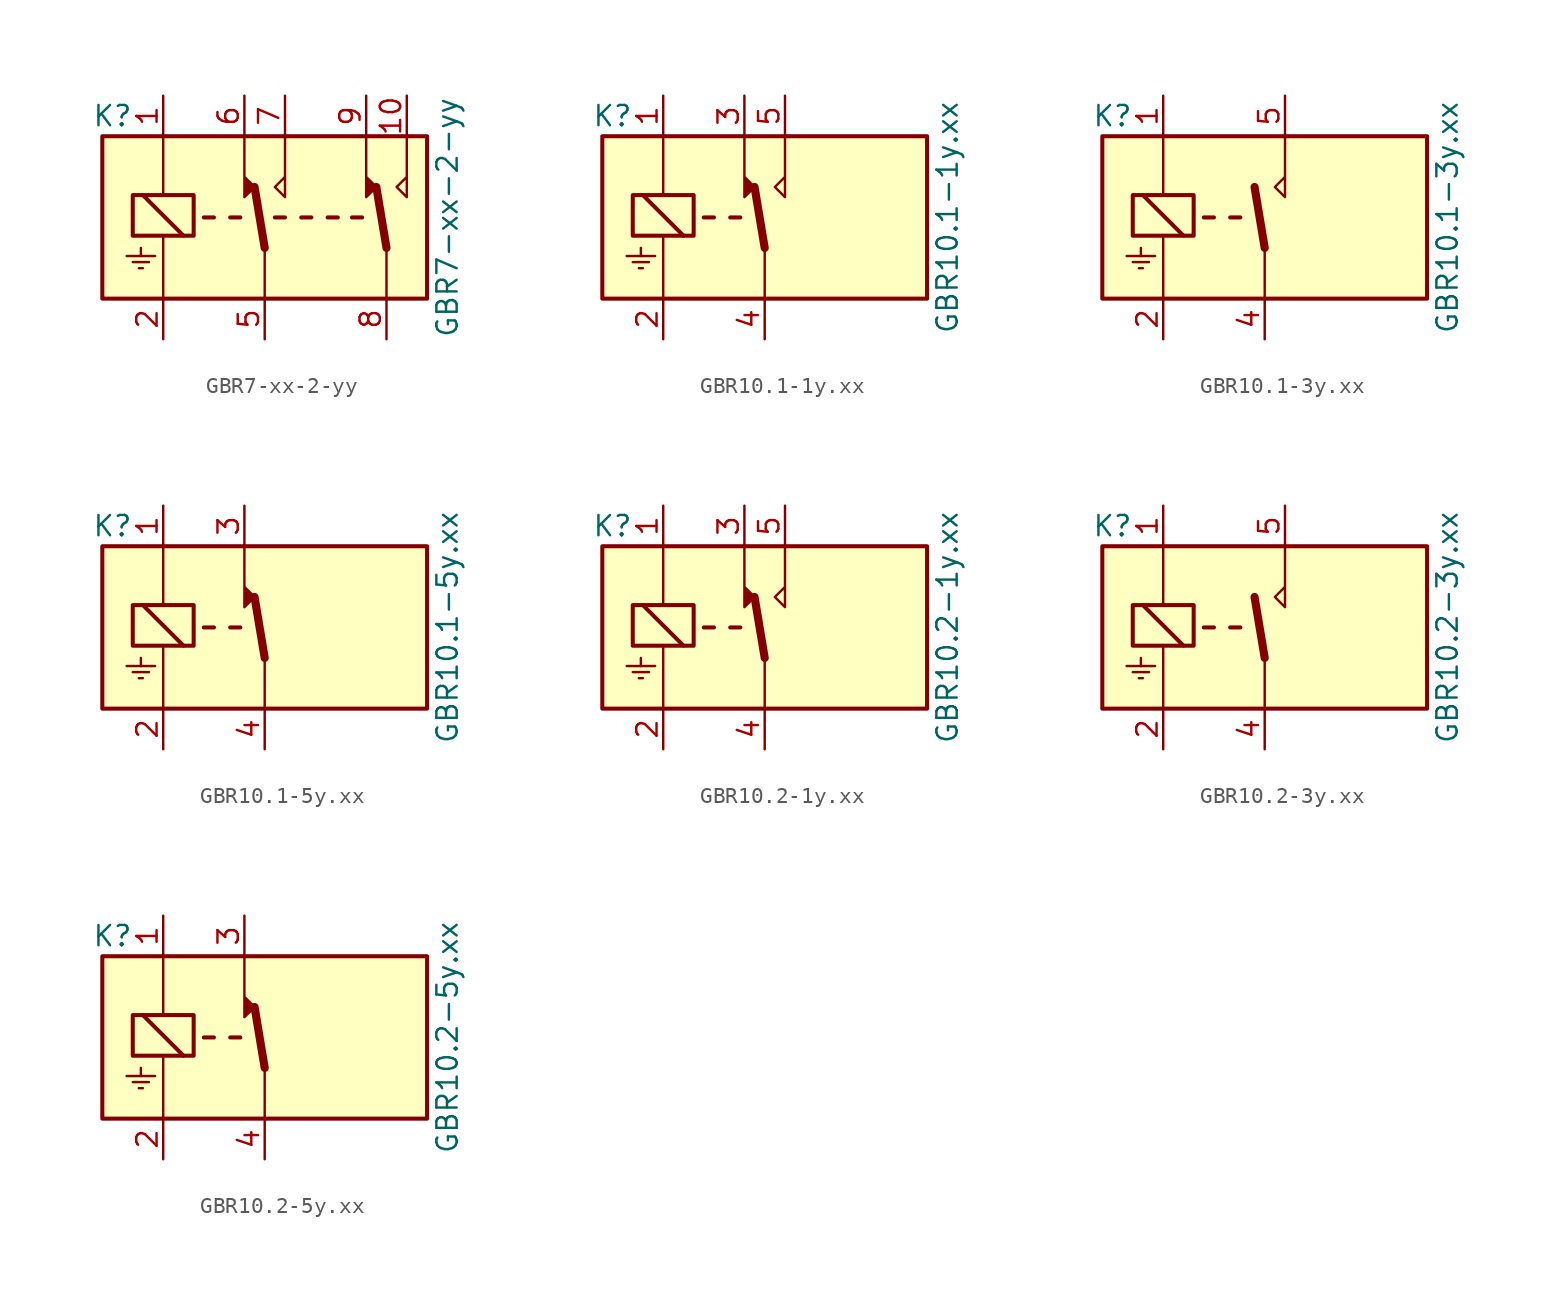
<source format=kicad_sym>
(kicad_symbol_lib
  (version 20211014)
  (generator kicad_symbol_editor)
  (symbol "GBR7-xx-2-yy"
    (property "Reference" "K"
      (at -9.525 6.35 0)
      (effects (font (size 1.27 1.27))))
    (property "Value" "GBR7-xx-2-yy"
      (at 11.43 0 90)
      (effects (font (size 1.27 1.27))))
    (symbol "GBR7-xx-2-yy_0_1"
      (polyline (pts (xy -8.255 -2.794) (xy -7.239 -2.794)) (stroke (width 0) (type default) (color 0 0 0 0)) (fill (type none)))
      (polyline (pts (xy -7.874 -3.175) (xy -7.62 -3.175)) (stroke (width 0) (type default) (color 0 0 0 0)) (fill (type none)))
      (polyline (pts (xy -7.747 -2.413) (xy -7.747 -1.905)) (stroke (width 0) (type default) (color 0 0 0 0)) (fill (type none)))
      (polyline (pts (xy -6.858 -2.413) (xy -8.636 -2.413)) (stroke (width 0) (type default) (color 0 0 0 0)) (fill (type none))))
    (symbol "GBR7-xx-2-yy_1_1"
      (rectangle (start -10.16 5.08) (end 10.16 -5.08) (stroke (width 0.254) (type default) (color 0 0 0 0)) (fill (type background)))
      (rectangle (start -8.255 -1.143) (end -4.445 1.397) (stroke (width 0.254) (type default) (color 0 0 0 0)) (fill (type none)))
      (polyline (pts (xy -6.35 -1.27) (xy -6.35 -4.953)) (stroke (width 0) (type default) (color 0 0 0 0)) (fill (type none)))
      (polyline (pts (xy -6.35 5.08) (xy -6.35 1.397)) (stroke (width 0) (type default) (color 0 0 0 0)) (fill (type none)))
      (polyline (pts (xy -5.08 -1.143) (xy -7.62 1.397)) (stroke (width 0.254) (type default) (color 0 0 0 0)) (fill (type none)))
      (polyline (pts (xy -3.175 0) (xy -3.81 0)) (stroke (width 0.254) (type default) (color 0 0 0 0)) (fill (type none)))
      (polyline (pts (xy -1.524 0) (xy -2.159 0)) (stroke (width 0.254) (type default) (color 0 0 0 0)) (fill (type none)))
      (polyline (pts (xy 0 -1.905) (xy -0.635 1.905)) (stroke (width 0.508) (type default) (color 0 0 0 0)) (fill (type none)))
      (polyline (pts (xy 0 -1.905) (xy 0 -5.08)) (stroke (width 0) (type default) (color 0 0 0 0)) (fill (type none)))
      (polyline (pts (xy 1.27 0) (xy 0.635 0)) (stroke (width 0.254) (type default) (color 0 0 0 0)) (fill (type none)))
      (polyline (pts (xy 2.921 0) (xy 2.286 0)) (stroke (width 0.254) (type default) (color 0 0 0 0)) (fill (type none)))
      (polyline (pts (xy 4.572 0) (xy 3.937 0)) (stroke (width 0.254) (type default) (color 0 0 0 0)) (fill (type none)))
      (polyline (pts (xy 6.096 0) (xy 5.461 0)) (stroke (width 0.254) (type default) (color 0 0 0 0)) (fill (type none)))
      (polyline (pts (xy 7.62 -1.905) (xy 6.985 1.905)) (stroke (width 0.508) (type default) (color 0 0 0 0)) (fill (type none)))
      (polyline (pts (xy 7.62 -1.905) (xy 7.62 -5.08)) (stroke (width 0) (type default) (color 0 0 0 0)) (fill (type none)))
      (polyline (pts (xy -1.27 5.08) (xy -1.27 1.27) (xy -0.635 1.905) (xy -1.27 2.54)) (stroke (width 0) (type default) (color 0 0 0 0)) (fill (type outline)))
      (polyline (pts (xy 1.27 5.08) (xy 1.27 1.27) (xy 0.635 1.905) (xy 1.27 2.54)) (stroke (width 0) (type default) (color 0 0 0 0)) (fill (type none)))
      (polyline (pts (xy 6.35 5.08) (xy 6.35 1.27) (xy 6.985 1.905) (xy 6.35 2.54)) (stroke (width 0) (type default) (color 0 0 0 0)) (fill (type outline)))
      (polyline (pts (xy 8.89 5.08) (xy 8.89 1.27) (xy 8.255 1.905) (xy 8.89 2.54)) (stroke (width 0) (type default) (color 0 0 0 0)) (fill (type none)))
      (pin passive line (at -6.35 7.62 270) (length 2.54) (name "~" (effects (font (size 1.27 1.27)))) (number "1" (effects (font (size 1.27 1.27)))))
      (pin passive line (at 8.89 7.62 270) (length 2.54) (name "~" (effects (font (size 1.27 1.27)))) (number "10" (effects (font (size 1.27 1.27)))))
      (pin passive line (at -6.35 -7.62 90) (length 2.54) (name "~" (effects (font (size 1.27 1.27)))) (number "2" (effects (font (size 1.27 1.27)))))
      (pin passive line (at 0 -7.62 90) (length 2.54) (name "~" (effects (font (size 1.27 1.27)))) (number "5" (effects (font (size 1.27 1.27)))))
      (pin passive line (at -1.27 7.62 270) (length 2.54) (name "~" (effects (font (size 1.27 1.27)))) (number "6" (effects (font (size 1.27 1.27)))))
      (pin passive line (at 1.27 7.62 270) (length 2.54) (name "~" (effects (font (size 1.27 1.27)))) (number "7" (effects (font (size 1.27 1.27)))))
      (pin passive line (at 7.62 -7.62 90) (length 2.54) (name "~" (effects (font (size 1.27 1.27)))) (number "8" (effects (font (size 1.27 1.27)))))
      (pin passive line (at 6.35 7.62 270) (length 2.54) (name "~" (effects (font (size 1.27 1.27)))) (number "9" (effects (font (size 1.27 1.27)))))))
  (symbol "GBR10.1-1y.xx"
    (property "Reference" "K"
      (at -9.525 6.35 0)
      (effects (font (size 1.27 1.27))))
    (property "Value" "GBR10.1-1y.xx"
      (at 11.43 0 90)
      (effects (font (size 1.27 1.27))))
    (symbol "GBR10.1-1y.xx_0_1"
      (polyline (pts (xy -8.255 -2.794) (xy -7.239 -2.794)) (stroke (width 0) (type default) (color 0 0 0 0)) (fill (type none)))
      (polyline (pts (xy -7.874 -3.175) (xy -7.62 -3.175)) (stroke (width 0) (type default) (color 0 0 0 0)) (fill (type none)))
      (polyline (pts (xy -7.747 -2.413) (xy -7.747 -1.905)) (stroke (width 0) (type default) (color 0 0 0 0)) (fill (type none)))
      (polyline (pts (xy -6.858 -2.413) (xy -8.636 -2.413)) (stroke (width 0) (type default) (color 0 0 0 0)) (fill (type none))))
    (symbol "GBR10.1-1y.xx_1_1"
      (rectangle (start -10.16 5.08) (end 10.16 -5.08) (stroke (width 0.254) (type default) (color 0 0 0 0)) (fill (type background)))
      (rectangle (start -8.255 -1.143) (end -4.445 1.397) (stroke (width 0.254) (type default) (color 0 0 0 0)) (fill (type none)))
      (polyline (pts (xy -6.35 -1.27) (xy -6.35 -4.953)) (stroke (width 0) (type default) (color 0 0 0 0)) (fill (type none)))
      (polyline (pts (xy -6.35 5.08) (xy -6.35 1.397)) (stroke (width 0) (type default) (color 0 0 0 0)) (fill (type none)))
      (polyline (pts (xy -5.08 -1.143) (xy -7.62 1.397)) (stroke (width 0.254) (type default) (color 0 0 0 0)) (fill (type none)))
      (polyline (pts (xy -3.175 0) (xy -3.81 0)) (stroke (width 0.254) (type default) (color 0 0 0 0)) (fill (type none)))
      (polyline (pts (xy -1.524 0) (xy -2.159 0)) (stroke (width 0.254) (type default) (color 0 0 0 0)) (fill (type none)))
      (polyline (pts (xy 0 -1.905) (xy -0.635 1.905)) (stroke (width 0.508) (type default) (color 0 0 0 0)) (fill (type none)))
      (polyline (pts (xy 0 -1.905) (xy 0 -5.08)) (stroke (width 0) (type default) (color 0 0 0 0)) (fill (type none)))
      (polyline (pts (xy -1.27 5.08) (xy -1.27 1.27) (xy -0.635 1.905) (xy -1.27 2.54)) (stroke (width 0) (type default) (color 0 0 0 0)) (fill (type outline)))
      (polyline (pts (xy 1.27 5.08) (xy 1.27 1.27) (xy 0.635 1.905) (xy 1.27 2.54)) (stroke (width 0) (type default) (color 0 0 0 0)) (fill (type none)))
      (pin passive line (at -6.35 7.62 270) (length 2.54) (name "~" (effects (font (size 1.27 1.27)))) (number "1" (effects (font (size 1.27 1.27)))))
      (pin passive line (at -6.35 -7.62 90) (length 2.54) (name "~" (effects (font (size 1.27 1.27)))) (number "2" (effects (font (size 1.27 1.27)))))
      (pin passive line (at -1.27 7.62 270) (length 2.54) (name "~" (effects (font (size 1.27 1.27)))) (number "3" (effects (font (size 1.27 1.27)))))
      (pin passive line (at 0 -7.62 90) (length 2.54) (name "~" (effects (font (size 1.27 1.27)))) (number "4" (effects (font (size 1.27 1.27)))))
      (pin passive line (at 1.27 7.62 270) (length 2.54) (name "~" (effects (font (size 1.27 1.27)))) (number "5" (effects (font (size 1.27 1.27)))))))
  (symbol "GBR10.1-3y.xx"
    (property "Reference" "K"
      (at -9.525 6.35 0)
      (effects (font (size 1.27 1.27))))
    (property "Value" "GBR10.1-3y.xx"
      (at 11.43 0 90)
      (effects (font (size 1.27 1.27))))
    (symbol "GBR10.1-3y.xx_0_1"
      (polyline (pts (xy -8.255 -2.794) (xy -7.239 -2.794)) (stroke (width 0) (type default) (color 0 0 0 0)) (fill (type none)))
      (polyline (pts (xy -7.874 -3.175) (xy -7.62 -3.175)) (stroke (width 0) (type default) (color 0 0 0 0)) (fill (type none)))
      (polyline (pts (xy -7.747 -2.413) (xy -7.747 -1.905)) (stroke (width 0) (type default) (color 0 0 0 0)) (fill (type none)))
      (polyline (pts (xy -6.858 -2.413) (xy -8.636 -2.413)) (stroke (width 0) (type default) (color 0 0 0 0)) (fill (type none))))
    (symbol "GBR10.1-3y.xx_1_1"
      (rectangle (start -10.16 5.08) (end 10.16 -5.08) (stroke (width 0.254) (type default) (color 0 0 0 0)) (fill (type background)))
      (rectangle (start -8.255 -1.143) (end -4.445 1.397) (stroke (width 0.254) (type default) (color 0 0 0 0)) (fill (type none)))
      (polyline (pts (xy -6.35 -1.27) (xy -6.35 -4.953)) (stroke (width 0) (type default) (color 0 0 0 0)) (fill (type none)))
      (polyline (pts (xy -6.35 5.08) (xy -6.35 1.397)) (stroke (width 0) (type default) (color 0 0 0 0)) (fill (type none)))
      (polyline (pts (xy -5.08 -1.143) (xy -7.62 1.397)) (stroke (width 0.254) (type default) (color 0 0 0 0)) (fill (type none)))
      (polyline (pts (xy -3.175 0) (xy -3.81 0)) (stroke (width 0.254) (type default) (color 0 0 0 0)) (fill (type none)))
      (polyline (pts (xy -1.524 0) (xy -2.159 0)) (stroke (width 0.254) (type default) (color 0 0 0 0)) (fill (type none)))
      (polyline (pts (xy 0 -1.905) (xy -0.635 1.905)) (stroke (width 0.508) (type default) (color 0 0 0 0)) (fill (type none)))
      (polyline (pts (xy 0 -1.905) (xy 0 -5.08)) (stroke (width 0) (type default) (color 0 0 0 0)) (fill (type none)))
      (polyline (pts (xy 1.27 5.08) (xy 1.27 1.27) (xy 0.635 1.905) (xy 1.27 2.54)) (stroke (width 0) (type default) (color 0 0 0 0)) (fill (type none)))
      (pin passive line (at -6.35 7.62 270) (length 2.54) (name "~" (effects (font (size 1.27 1.27)))) (number "1" (effects (font (size 1.27 1.27)))))
      (pin passive line (at -6.35 -7.62 90) (length 2.54) (name "~" (effects (font (size 1.27 1.27)))) (number "2" (effects (font (size 1.27 1.27)))))
      (pin passive line (at 0 -7.62 90) (length 2.54) (name "~" (effects (font (size 1.27 1.27)))) (number "4" (effects (font (size 1.27 1.27)))))
      (pin passive line (at 1.27 7.62 270) (length 2.54) (name "~" (effects (font (size 1.27 1.27)))) (number "5" (effects (font (size 1.27 1.27)))))))
  (symbol "GBR10.1-5y.xx"
    (property "Reference" "K"
      (at -9.525 6.35 0)
      (effects (font (size 1.27 1.27))))
    (property "Value" "GBR10.1-5y.xx"
      (at 11.43 0 90)
      (effects (font (size 1.27 1.27))))
    (symbol "GBR10.1-5y.xx_0_1"
      (polyline (pts (xy -8.255 -2.794) (xy -7.239 -2.794)) (stroke (width 0) (type default) (color 0 0 0 0)) (fill (type none)))
      (polyline (pts (xy -7.874 -3.175) (xy -7.62 -3.175)) (stroke (width 0) (type default) (color 0 0 0 0)) (fill (type none)))
      (polyline (pts (xy -7.747 -2.413) (xy -7.747 -1.905)) (stroke (width 0) (type default) (color 0 0 0 0)) (fill (type none)))
      (polyline (pts (xy -6.858 -2.413) (xy -8.636 -2.413)) (stroke (width 0) (type default) (color 0 0 0 0)) (fill (type none))))
    (symbol "GBR10.1-5y.xx_1_1"
      (rectangle (start -10.16 5.08) (end 10.16 -5.08) (stroke (width 0.254) (type default) (color 0 0 0 0)) (fill (type background)))
      (rectangle (start -8.255 -1.143) (end -4.445 1.397) (stroke (width 0.254) (type default) (color 0 0 0 0)) (fill (type none)))
      (polyline (pts (xy -6.35 -1.27) (xy -6.35 -4.953)) (stroke (width 0) (type default) (color 0 0 0 0)) (fill (type none)))
      (polyline (pts (xy -6.35 5.08) (xy -6.35 1.397)) (stroke (width 0) (type default) (color 0 0 0 0)) (fill (type none)))
      (polyline (pts (xy -5.08 -1.143) (xy -7.62 1.397)) (stroke (width 0.254) (type default) (color 0 0 0 0)) (fill (type none)))
      (polyline (pts (xy -3.175 0) (xy -3.81 0)) (stroke (width 0.254) (type default) (color 0 0 0 0)) (fill (type none)))
      (polyline (pts (xy -1.524 0) (xy -2.159 0)) (stroke (width 0.254) (type default) (color 0 0 0 0)) (fill (type none)))
      (polyline (pts (xy 0 -1.905) (xy -0.635 1.905)) (stroke (width 0.508) (type default) (color 0 0 0 0)) (fill (type none)))
      (polyline (pts (xy 0 -1.905) (xy 0 -5.08)) (stroke (width 0) (type default) (color 0 0 0 0)) (fill (type none)))
      (polyline (pts (xy -1.27 5.08) (xy -1.27 1.27) (xy -0.635 1.905) (xy -1.27 2.54)) (stroke (width 0) (type default) (color 0 0 0 0)) (fill (type outline)))
      (pin passive line (at -6.35 7.62 270) (length 2.54) (name "~" (effects (font (size 1.27 1.27)))) (number "1" (effects (font (size 1.27 1.27)))))
      (pin passive line (at -6.35 -7.62 90) (length 2.54) (name "~" (effects (font (size 1.27 1.27)))) (number "2" (effects (font (size 1.27 1.27)))))
      (pin passive line (at -1.27 7.62 270) (length 2.54) (name "~" (effects (font (size 1.27 1.27)))) (number "3" (effects (font (size 1.27 1.27)))))
      (pin passive line (at 0 -7.62 90) (length 2.54) (name "~" (effects (font (size 1.27 1.27)))) (number "4" (effects (font (size 1.27 1.27)))))))
  (symbol "GBR10.2-1y.xx"
    (property "Reference" "K"
      (at -9.525 6.35 0)
      (effects (font (size 1.27 1.27))))
    (property "Value" "GBR10.2-1y.xx"
      (at 11.43 0 90)
      (effects (font (size 1.27 1.27))))
    (symbol "GBR10.2-1y.xx_0_1"
      (polyline (pts (xy -8.255 -2.794) (xy -7.239 -2.794)) (stroke (width 0) (type default) (color 0 0 0 0)) (fill (type none)))
      (polyline (pts (xy -7.874 -3.175) (xy -7.62 -3.175)) (stroke (width 0) (type default) (color 0 0 0 0)) (fill (type none)))
      (polyline (pts (xy -7.747 -2.413) (xy -7.747 -1.905)) (stroke (width 0) (type default) (color 0 0 0 0)) (fill (type none)))
      (polyline (pts (xy -6.858 -2.413) (xy -8.636 -2.413)) (stroke (width 0) (type default) (color 0 0 0 0)) (fill (type none))))
    (symbol "GBR10.2-1y.xx_1_1"
      (rectangle (start -10.16 5.08) (end 10.16 -5.08) (stroke (width 0.254) (type default) (color 0 0 0 0)) (fill (type background)))
      (rectangle (start -8.255 -1.143) (end -4.445 1.397) (stroke (width 0.254) (type default) (color 0 0 0 0)) (fill (type none)))
      (polyline (pts (xy -6.35 -1.27) (xy -6.35 -4.953)) (stroke (width 0) (type default) (color 0 0 0 0)) (fill (type none)))
      (polyline (pts (xy -6.35 5.08) (xy -6.35 1.397)) (stroke (width 0) (type default) (color 0 0 0 0)) (fill (type none)))
      (polyline (pts (xy -5.08 -1.143) (xy -7.62 1.397)) (stroke (width 0.254) (type default) (color 0 0 0 0)) (fill (type none)))
      (polyline (pts (xy -3.175 0) (xy -3.81 0)) (stroke (width 0.254) (type default) (color 0 0 0 0)) (fill (type none)))
      (polyline (pts (xy -1.524 0) (xy -2.159 0)) (stroke (width 0.254) (type default) (color 0 0 0 0)) (fill (type none)))
      (polyline (pts (xy 0 -1.905) (xy -0.635 1.905)) (stroke (width 0.508) (type default) (color 0 0 0 0)) (fill (type none)))
      (polyline (pts (xy 0 -1.905) (xy 0 -5.08)) (stroke (width 0) (type default) (color 0 0 0 0)) (fill (type none)))
      (polyline (pts (xy -1.27 5.08) (xy -1.27 1.27) (xy -0.635 1.905) (xy -1.27 2.54)) (stroke (width 0) (type default) (color 0 0 0 0)) (fill (type outline)))
      (polyline (pts (xy 1.27 5.08) (xy 1.27 1.27) (xy 0.635 1.905) (xy 1.27 2.54)) (stroke (width 0) (type default) (color 0 0 0 0)) (fill (type none)))
      (pin passive line (at -6.35 7.62 270) (length 2.54) (name "~" (effects (font (size 1.27 1.27)))) (number "1" (effects (font (size 1.27 1.27)))))
      (pin passive line (at -6.35 -7.62 90) (length 2.54) (name "~" (effects (font (size 1.27 1.27)))) (number "2" (effects (font (size 1.27 1.27)))))
      (pin passive line (at -1.27 7.62 270) (length 2.54) (name "~" (effects (font (size 1.27 1.27)))) (number "3" (effects (font (size 1.27 1.27)))))
      (pin passive line (at 0 -7.62 90) (length 2.54) (name "~" (effects (font (size 1.27 1.27)))) (number "4" (effects (font (size 1.27 1.27)))))
      (pin passive line (at 1.27 7.62 270) (length 2.54) (name "~" (effects (font (size 1.27 1.27)))) (number "5" (effects (font (size 1.27 1.27)))))))
  (symbol "GBR10.2-3y.xx"
    (property "Reference" "K"
      (at -9.525 6.35 0)
      (effects (font (size 1.27 1.27))))
    (property "Value" "GBR10.2-3y.xx"
      (at 11.43 0 90)
      (effects (font (size 1.27 1.27))))
    (symbol "GBR10.2-3y.xx_0_1"
      (polyline (pts (xy -8.255 -2.794) (xy -7.239 -2.794)) (stroke (width 0) (type default) (color 0 0 0 0)) (fill (type none)))
      (polyline (pts (xy -7.874 -3.175) (xy -7.62 -3.175)) (stroke (width 0) (type default) (color 0 0 0 0)) (fill (type none)))
      (polyline (pts (xy -7.747 -2.413) (xy -7.747 -1.905)) (stroke (width 0) (type default) (color 0 0 0 0)) (fill (type none)))
      (polyline (pts (xy -6.858 -2.413) (xy -8.636 -2.413)) (stroke (width 0) (type default) (color 0 0 0 0)) (fill (type none))))
    (symbol "GBR10.2-3y.xx_1_1"
      (rectangle (start -10.16 5.08) (end 10.16 -5.08) (stroke (width 0.254) (type default) (color 0 0 0 0)) (fill (type background)))
      (rectangle (start -8.255 -1.143) (end -4.445 1.397) (stroke (width 0.254) (type default) (color 0 0 0 0)) (fill (type none)))
      (polyline (pts (xy -6.35 -1.27) (xy -6.35 -4.953)) (stroke (width 0) (type default) (color 0 0 0 0)) (fill (type none)))
      (polyline (pts (xy -6.35 5.08) (xy -6.35 1.397)) (stroke (width 0) (type default) (color 0 0 0 0)) (fill (type none)))
      (polyline (pts (xy -5.08 -1.143) (xy -7.62 1.397)) (stroke (width 0.254) (type default) (color 0 0 0 0)) (fill (type none)))
      (polyline (pts (xy -3.175 0) (xy -3.81 0)) (stroke (width 0.254) (type default) (color 0 0 0 0)) (fill (type none)))
      (polyline (pts (xy -1.524 0) (xy -2.159 0)) (stroke (width 0.254) (type default) (color 0 0 0 0)) (fill (type none)))
      (polyline (pts (xy 0 -1.905) (xy -0.635 1.905)) (stroke (width 0.508) (type default) (color 0 0 0 0)) (fill (type none)))
      (polyline (pts (xy 0 -1.905) (xy 0 -5.08)) (stroke (width 0) (type default) (color 0 0 0 0)) (fill (type none)))
      (polyline (pts (xy 1.27 5.08) (xy 1.27 1.27) (xy 0.635 1.905) (xy 1.27 2.54)) (stroke (width 0) (type default) (color 0 0 0 0)) (fill (type none)))
      (pin passive line (at -6.35 7.62 270) (length 2.54) (name "~" (effects (font (size 1.27 1.27)))) (number "1" (effects (font (size 1.27 1.27)))))
      (pin passive line (at -6.35 -7.62 90) (length 2.54) (name "~" (effects (font (size 1.27 1.27)))) (number "2" (effects (font (size 1.27 1.27)))))
      (pin passive line (at 0 -7.62 90) (length 2.54) (name "~" (effects (font (size 1.27 1.27)))) (number "4" (effects (font (size 1.27 1.27)))))
      (pin passive line (at 1.27 7.62 270) (length 2.54) (name "~" (effects (font (size 1.27 1.27)))) (number "5" (effects (font (size 1.27 1.27)))))))
  (symbol "GBR10.2-5y.xx"
    (property "Reference" "K"
      (at -9.525 6.35 0)
      (effects (font (size 1.27 1.27))))
    (property "Value" "GBR10.2-5y.xx"
      (at 11.43 0 90)
      (effects (font (size 1.27 1.27))))
    (symbol "GBR10.2-5y.xx_0_1"
      (polyline (pts (xy -8.255 -2.794) (xy -7.239 -2.794)) (stroke (width 0) (type default) (color 0 0 0 0)) (fill (type none)))
      (polyline (pts (xy -7.874 -3.175) (xy -7.62 -3.175)) (stroke (width 0) (type default) (color 0 0 0 0)) (fill (type none)))
      (polyline (pts (xy -7.747 -2.413) (xy -7.747 -1.905)) (stroke (width 0) (type default) (color 0 0 0 0)) (fill (type none)))
      (polyline (pts (xy -6.858 -2.413) (xy -8.636 -2.413)) (stroke (width 0) (type default) (color 0 0 0 0)) (fill (type none))))
    (symbol "GBR10.2-5y.xx_1_1"
      (rectangle (start -10.16 5.08) (end 10.16 -5.08) (stroke (width 0.254) (type default) (color 0 0 0 0)) (fill (type background)))
      (rectangle (start -8.255 -1.143) (end -4.445 1.397) (stroke (width 0.254) (type default) (color 0 0 0 0)) (fill (type none)))
      (polyline (pts (xy -6.35 -1.27) (xy -6.35 -4.953)) (stroke (width 0) (type default) (color 0 0 0 0)) (fill (type none)))
      (polyline (pts (xy -6.35 5.08) (xy -6.35 1.397)) (stroke (width 0) (type default) (color 0 0 0 0)) (fill (type none)))
      (polyline (pts (xy -5.08 -1.143) (xy -7.62 1.397)) (stroke (width 0.254) (type default) (color 0 0 0 0)) (fill (type none)))
      (polyline (pts (xy -3.175 0) (xy -3.81 0)) (stroke (width 0.254) (type default) (color 0 0 0 0)) (fill (type none)))
      (polyline (pts (xy -1.524 0) (xy -2.159 0)) (stroke (width 0.254) (type default) (color 0 0 0 0)) (fill (type none)))
      (polyline (pts (xy 0 -1.905) (xy -0.635 1.905)) (stroke (width 0.508) (type default) (color 0 0 0 0)) (fill (type none)))
      (polyline (pts (xy 0 -1.905) (xy 0 -5.08)) (stroke (width 0) (type default) (color 0 0 0 0)) (fill (type none)))
      (polyline (pts (xy -1.27 5.08) (xy -1.27 1.27) (xy -0.635 1.905) (xy -1.27 2.54)) (stroke (width 0) (type default) (color 0 0 0 0)) (fill (type outline)))
      (pin passive line (at -6.35 7.62 270) (length 2.54) (name "~" (effects (font (size 1.27 1.27)))) (number "1" (effects (font (size 1.27 1.27)))))
      (pin passive line (at -6.35 -7.62 90) (length 2.54) (name "~" (effects (font (size 1.27 1.27)))) (number "2" (effects (font (size 1.27 1.27)))))
      (pin passive line (at -1.27 7.62 270) (length 2.54) (name "~" (effects (font (size 1.27 1.27)))) (number "3" (effects (font (size 1.27 1.27)))))
      (pin passive line (at 0 -7.62 90) (length 2.54) (name "~" (effects (font (size 1.27 1.27)))) (number "4" (effects (font (size 1.27 1.27))))))))
</source>
